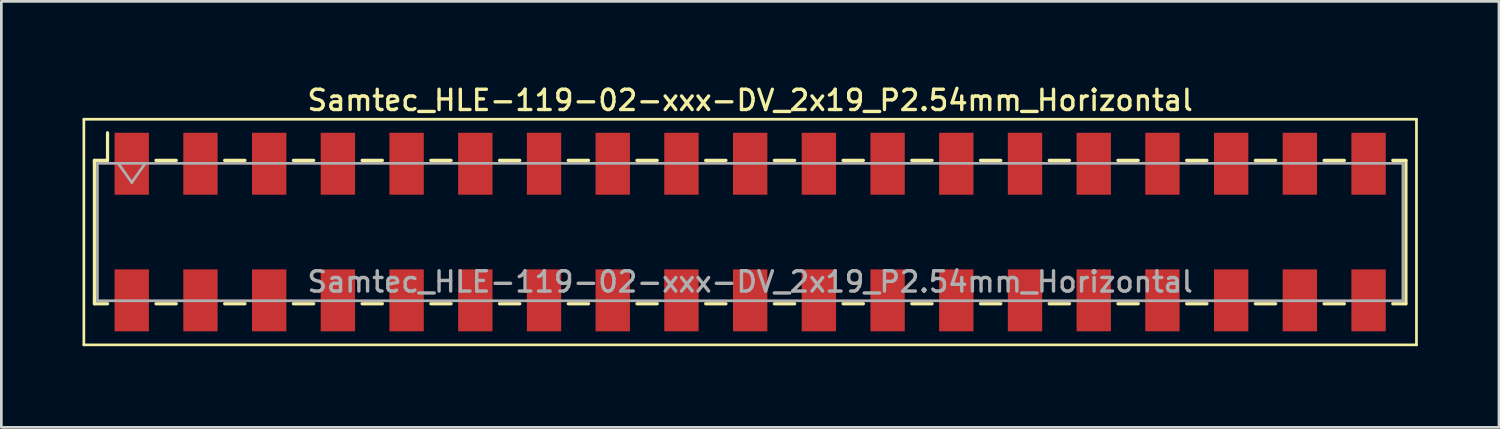
<source format=kicad_pcb>
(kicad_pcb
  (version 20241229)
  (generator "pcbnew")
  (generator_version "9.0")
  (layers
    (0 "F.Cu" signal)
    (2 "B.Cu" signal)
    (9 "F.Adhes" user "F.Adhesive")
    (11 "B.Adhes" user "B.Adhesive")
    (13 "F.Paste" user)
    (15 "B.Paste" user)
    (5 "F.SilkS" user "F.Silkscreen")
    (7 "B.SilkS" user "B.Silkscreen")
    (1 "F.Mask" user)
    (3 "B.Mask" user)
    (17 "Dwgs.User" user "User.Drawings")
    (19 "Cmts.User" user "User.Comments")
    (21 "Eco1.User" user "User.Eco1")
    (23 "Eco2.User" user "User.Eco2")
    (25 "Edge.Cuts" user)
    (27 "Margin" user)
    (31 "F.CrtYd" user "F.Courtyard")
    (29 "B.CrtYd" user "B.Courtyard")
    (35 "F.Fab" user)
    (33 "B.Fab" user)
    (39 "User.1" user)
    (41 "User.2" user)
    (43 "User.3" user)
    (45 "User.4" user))
  (footprint "Samtec_HLE-119-02-xxx-DV_2x19_P2.54mm_Horizontal"
    (layer "F.Cu")
    (at 24.68 5.528)
    (property "Reference" "Samtec_HLE-119-02-xxx-DV_2x19_P2.54mm_Horizontal" (at 0 -4.87 0) (layer "F.SilkS") (effects (font (size 0.75 0.75) (thickness 0.125))))
    (attr smd)
    (fp_line (start -24.63 -4.17) (end 24.63 -4.17) (stroke (width 0.1) (type solid)) (layer "F.SilkS"))
    (fp_line (start -24.63 4.17) (end -24.63 -4.17) (stroke (width 0.1) (type solid)) (layer "F.SilkS"))
    (fp_line (start -24.24 -2.65) (end -24.24 2.65) (stroke (width 0.12) (type solid)) (layer "F.SilkS"))
    (fp_line (start -24.24 2.65) (end -23.755 2.65) (stroke (width 0.12) (type solid)) (layer "F.SilkS"))
    (fp_line (start -23.755 -3.67) (end -23.755 -2.65) (stroke (width 0.12) (type solid)) (layer "F.SilkS"))
    (fp_line (start -23.755 -2.65) (end -24.24 -2.65) (stroke (width 0.12) (type solid)) (layer "F.SilkS"))
    (fp_line (start -21.965 -2.65) (end -21.215 -2.65) (stroke (width 0.12) (type solid)) (layer "F.SilkS"))
    (fp_line (start -21.965 2.65) (end -21.215 2.65) (stroke (width 0.12) (type solid)) (layer "F.SilkS"))
    (fp_line (start -19.425 -2.65) (end -18.675 -2.65) (stroke (width 0.12) (type solid)) (layer "F.SilkS"))
    (fp_line (start -19.425 2.65) (end -18.675 2.65) (stroke (width 0.12) (type solid)) (layer "F.SilkS"))
    (fp_line (start -16.885 -2.65) (end -16.135 -2.65) (stroke (width 0.12) (type solid)) (layer "F.SilkS"))
    (fp_line (start -16.885 2.65) (end -16.135 2.65) (stroke (width 0.12) (type solid)) (layer "F.SilkS"))
    (fp_line (start -14.345 -2.65) (end -13.595 -2.65) (stroke (width 0.12) (type solid)) (layer "F.SilkS"))
    (fp_line (start -14.345 2.65) (end -13.595 2.65) (stroke (width 0.12) (type solid)) (layer "F.SilkS"))
    (fp_line (start -11.805 -2.65) (end -11.055 -2.65) (stroke (width 0.12) (type solid)) (layer "F.SilkS"))
    (fp_line (start -11.805 2.65) (end -11.055 2.65) (stroke (width 0.12) (type solid)) (layer "F.SilkS"))
    (fp_line (start -9.265 -2.65) (end -8.515 -2.65) (stroke (width 0.12) (type solid)) (layer "F.SilkS"))
    (fp_line (start -9.265 2.65) (end -8.515 2.65) (stroke (width 0.12) (type solid)) (layer "F.SilkS"))
    (fp_line (start -6.725 -2.65) (end -5.975 -2.65) (stroke (width 0.12) (type solid)) (layer "F.SilkS"))
    (fp_line (start -6.725 2.65) (end -5.975 2.65) (stroke (width 0.12) (type solid)) (layer "F.SilkS"))
    (fp_line (start -4.185 -2.65) (end -3.435 -2.65) (stroke (width 0.12) (type solid)) (layer "F.SilkS"))
    (fp_line (start -4.185 2.65) (end -3.435 2.65) (stroke (width 0.12) (type solid)) (layer "F.SilkS"))
    (fp_line (start -1.645 -2.65) (end -0.895 -2.65) (stroke (width 0.12) (type solid)) (layer "F.SilkS"))
    (fp_line (start -1.645 2.65) (end -0.895 2.65) (stroke (width 0.12) (type solid)) (layer "F.SilkS"))
    (fp_line (start 0.895 -2.65) (end 1.645 -2.65) (stroke (width 0.12) (type solid)) (layer "F.SilkS"))
    (fp_line (start 0.895 2.65) (end 1.645 2.65) (stroke (width 0.12) (type solid)) (layer "F.SilkS"))
    (fp_line (start 3.435 -2.65) (end 4.185 -2.65) (stroke (width 0.12) (type solid)) (layer "F.SilkS"))
    (fp_line (start 3.435 2.65) (end 4.185 2.65) (stroke (width 0.12) (type solid)) (layer "F.SilkS"))
    (fp_line (start 5.975 -2.65) (end 6.725 -2.65) (stroke (width 0.12) (type solid)) (layer "F.SilkS"))
    (fp_line (start 5.975 2.65) (end 6.725 2.65) (stroke (width 0.12) (type solid)) (layer "F.SilkS"))
    (fp_line (start 8.515 -2.65) (end 9.265 -2.65) (stroke (width 0.12) (type solid)) (layer "F.SilkS"))
    (fp_line (start 8.515 2.65) (end 9.265 2.65) (stroke (width 0.12) (type solid)) (layer "F.SilkS"))
    (fp_line (start 11.055 -2.65) (end 11.805 -2.65) (stroke (width 0.12) (type solid)) (layer "F.SilkS"))
    (fp_line (start 11.055 2.65) (end 11.805 2.65) (stroke (width 0.12) (type solid)) (layer "F.SilkS"))
    (fp_line (start 13.595 -2.65) (end 14.345 -2.65) (stroke (width 0.12) (type solid)) (layer "F.SilkS"))
    (fp_line (start 13.595 2.65) (end 14.345 2.65) (stroke (width 0.12) (type solid)) (layer "F.SilkS"))
    (fp_line (start 16.135 -2.65) (end 16.885 -2.65) (stroke (width 0.12) (type solid)) (layer "F.SilkS"))
    (fp_line (start 16.135 2.65) (end 16.885 2.65) (stroke (width 0.12) (type solid)) (layer "F.SilkS"))
    (fp_line (start 18.675 -2.65) (end 19.425 -2.65) (stroke (width 0.12) (type solid)) (layer "F.SilkS"))
    (fp_line (start 18.675 2.65) (end 19.425 2.65) (stroke (width 0.12) (type solid)) (layer "F.SilkS"))
    (fp_line (start 21.215 -2.65) (end 21.965 -2.65) (stroke (width 0.12) (type solid)) (layer "F.SilkS"))
    (fp_line (start 21.215 2.65) (end 21.965 2.65) (stroke (width 0.12) (type solid)) (layer "F.SilkS"))
    (fp_line (start 23.755 -2.65) (end 24.24 -2.65) (stroke (width 0.12) (type solid)) (layer "F.SilkS"))
    (fp_line (start 24.24 -2.65) (end 24.24 2.65) (stroke (width 0.12) (type solid)) (layer "F.SilkS"))
    (fp_line (start 24.24 2.65) (end 23.755 2.65) (stroke (width 0.12) (type solid)) (layer "F.SilkS"))
    (fp_line (start 24.63 -4.17) (end 24.63 4.17) (stroke (width 0.1) (type solid)) (layer "F.SilkS"))
    (fp_line (start 24.63 4.17) (end -24.63 4.17) (stroke (width 0.1) (type solid)) (layer "F.SilkS"))
    (fp_line (start -24.13 -2.54) (end 24.13 -2.54) (stroke (width 0.1) (type solid)) (layer "F.Fab"))
    (fp_line (start -24.13 2.54) (end -24.13 -2.54) (stroke (width 0.1) (type solid)) (layer "F.Fab"))
    (fp_line (start -23.36 -2.54) (end -22.86 -1.833) (stroke (width 0.1) (type solid)) (layer "F.Fab"))
    (fp_line (start -22.86 -1.833) (end -22.36 -2.54) (stroke (width 0.1) (type solid)) (layer "F.Fab"))
    (fp_line (start 24.13 -2.54) (end 24.13 2.54) (stroke (width 0.1) (type solid)) (layer "F.Fab"))
    (fp_line (start 24.13 2.54) (end -24.13 2.54) (stroke (width 0.1) (type solid)) (layer "F.Fab"))
    (fp_text user "${REFERENCE}" (at 0 1.84 0) (layer "F.Fab") (effects (font (size 0.75 0.75) (thickness 0.125))))
    (pad "1" smd rect (at -22.86 -2.525) (size 1.27 2.29) (layers "F.Cu" "F.Mask" "F.Paste"))
    (pad "2" smd rect (at -22.86 2.525) (size 1.27 2.29) (layers "F.Cu" "F.Mask" "F.Paste"))
    (pad "3" smd rect (at -20.32 -2.525) (size 1.27 2.29) (layers "F.Cu" "F.Mask" "F.Paste"))
    (pad "4" smd rect (at -20.32 2.525) (size 1.27 2.29) (layers "F.Cu" "F.Mask" "F.Paste"))
    (pad "5" smd rect (at -17.78 -2.525) (size 1.27 2.29) (layers "F.Cu" "F.Mask" "F.Paste"))
    (pad "6" smd rect (at -17.78 2.525) (size 1.27 2.29) (layers "F.Cu" "F.Mask" "F.Paste"))
    (pad "7" smd rect (at -15.24 -2.525) (size 1.27 2.29) (layers "F.Cu" "F.Mask" "F.Paste"))
    (pad "8" smd rect (at -15.24 2.525) (size 1.27 2.29) (layers "F.Cu" "F.Mask" "F.Paste"))
    (pad "9" smd rect (at -12.7 -2.525) (size 1.27 2.29) (layers "F.Cu" "F.Mask" "F.Paste"))
    (pad "10" smd rect (at -12.7 2.525) (size 1.27 2.29) (layers "F.Cu" "F.Mask" "F.Paste"))
    (pad "11" smd rect (at -10.16 -2.525) (size 1.27 2.29) (layers "F.Cu" "F.Mask" "F.Paste"))
    (pad "12" smd rect (at -10.16 2.525) (size 1.27 2.29) (layers "F.Cu" "F.Mask" "F.Paste"))
    (pad "13" smd rect (at -7.62 -2.525) (size 1.27 2.29) (layers "F.Cu" "F.Mask" "F.Paste"))
    (pad "14" smd rect (at -7.62 2.525) (size 1.27 2.29) (layers "F.Cu" "F.Mask" "F.Paste"))
    (pad "15" smd rect (at -5.08 -2.525) (size 1.27 2.29) (layers "F.Cu" "F.Mask" "F.Paste"))
    (pad "16" smd rect (at -5.08 2.525) (size 1.27 2.29) (layers "F.Cu" "F.Mask" "F.Paste"))
    (pad "17" smd rect (at -2.54 -2.525) (size 1.27 2.29) (layers "F.Cu" "F.Mask" "F.Paste"))
    (pad "18" smd rect (at -2.54 2.525) (size 1.27 2.29) (layers "F.Cu" "F.Mask" "F.Paste"))
    (pad "19" smd rect (at 0 -2.525) (size 1.27 2.29) (layers "F.Cu" "F.Mask" "F.Paste"))
    (pad "20" smd rect (at 0 2.525) (size 1.27 2.29) (layers "F.Cu" "F.Mask" "F.Paste"))
    (pad "21" smd rect (at 2.54 -2.525) (size 1.27 2.29) (layers "F.Cu" "F.Mask" "F.Paste"))
    (pad "22" smd rect (at 2.54 2.525) (size 1.27 2.29) (layers "F.Cu" "F.Mask" "F.Paste"))
    (pad "23" smd rect (at 5.08 -2.525) (size 1.27 2.29) (layers "F.Cu" "F.Mask" "F.Paste"))
    (pad "24" smd rect (at 5.08 2.525) (size 1.27 2.29) (layers "F.Cu" "F.Mask" "F.Paste"))
    (pad "25" smd rect (at 7.62 -2.525) (size 1.27 2.29) (layers "F.Cu" "F.Mask" "F.Paste"))
    (pad "26" smd rect (at 7.62 2.525) (size 1.27 2.29) (layers "F.Cu" "F.Mask" "F.Paste"))
    (pad "27" smd rect (at 10.16 -2.525) (size 1.27 2.29) (layers "F.Cu" "F.Mask" "F.Paste"))
    (pad "28" smd rect (at 10.16 2.525) (size 1.27 2.29) (layers "F.Cu" "F.Mask" "F.Paste"))
    (pad "29" smd rect (at 12.7 -2.525) (size 1.27 2.29) (layers "F.Cu" "F.Mask" "F.Paste"))
    (pad "30" smd rect (at 12.7 2.525) (size 1.27 2.29) (layers "F.Cu" "F.Mask" "F.Paste"))
    (pad "31" smd rect (at 15.24 -2.525) (size 1.27 2.29) (layers "F.Cu" "F.Mask" "F.Paste"))
    (pad "32" smd rect (at 15.24 2.525) (size 1.27 2.29) (layers "F.Cu" "F.Mask" "F.Paste"))
    (pad "33" smd rect (at 17.78 -2.525) (size 1.27 2.29) (layers "F.Cu" "F.Mask" "F.Paste"))
    (pad "34" smd rect (at 17.78 2.525) (size 1.27 2.29) (layers "F.Cu" "F.Mask" "F.Paste"))
    (pad "35" smd rect (at 20.32 -2.525) (size 1.27 2.29) (layers "F.Cu" "F.Mask" "F.Paste"))
    (pad "36" smd rect (at 20.32 2.525) (size 1.27 2.29) (layers "F.Cu" "F.Mask" "F.Paste"))
    (pad "37" smd rect (at 22.86 -2.525) (size 1.27 2.29) (layers "F.Cu" "F.Mask" "F.Paste"))
    (pad "38" smd rect (at 22.86 2.525) (size 1.27 2.29) (layers "F.Cu" "F.Mask" "F.Paste")))
  (gr_rect
    (start -3 -3)
    (end 52.36 12.748)
    (stroke (width 0.1) (type default))
    (fill no)
    (layer "Edge.Cuts")))
</source>
